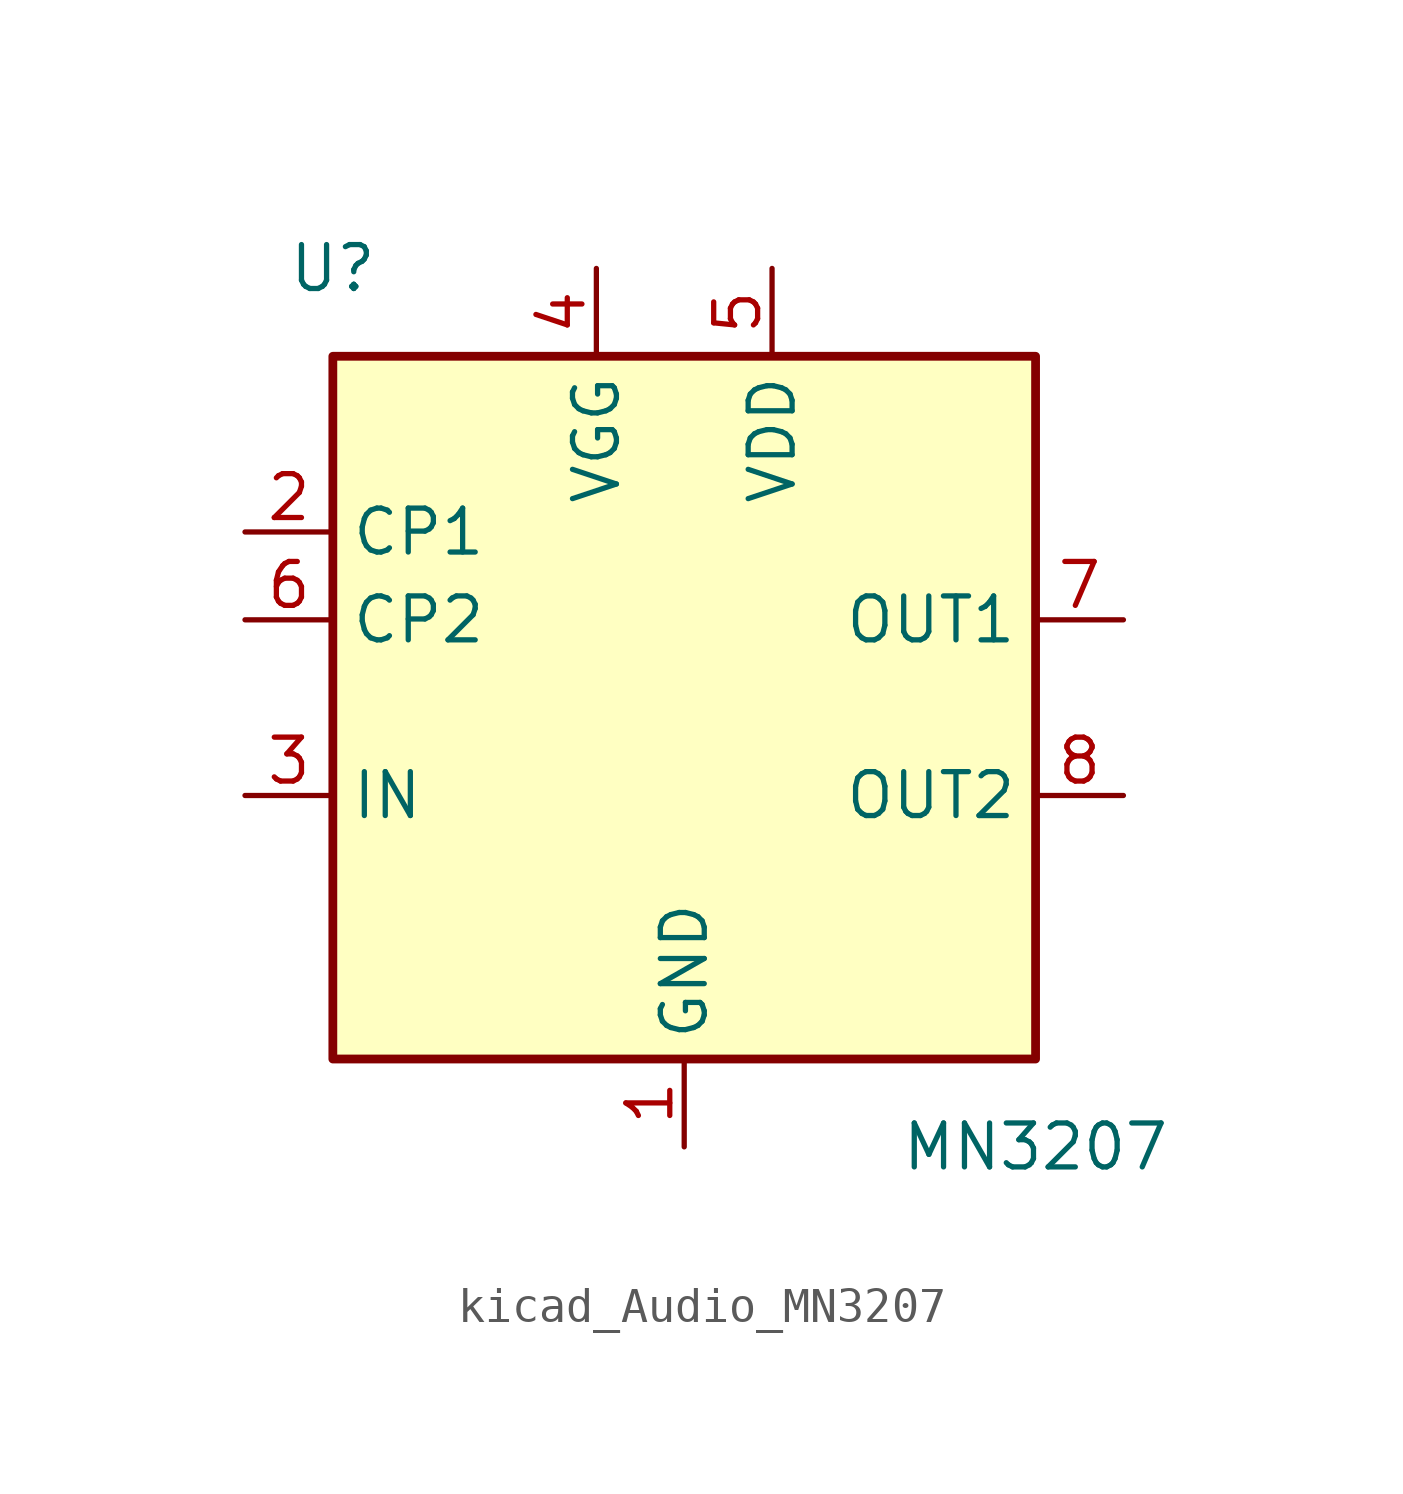
<source format=kicad_sym>
(kicad_symbol_lib
  (version 20220914)
  (generator kicad_symbol_editor)
  (symbol "kicad_Audio_MN3207"
    (property "Reference" "U"
      (at -10.16 12.7 0)
      (effects (font (size 1.27 1.27))))
    (property "Value" "MN3207"
      (at 10.16 -12.7 0)
      (effects (font (size 1.27 1.27))))
    (symbol "kicad_Audio_MN3207_0_1"
      (rectangle (start -10.16 10.16) (end 10.16 -10.16) (stroke (width 0.254) (type default)) (fill (type background))))
    (symbol "kicad_Audio_MN3207_1_1"
      (pin power_in line (at 0 -12.7 90) (length 2.54) (name "GND" (effects (font (size 1.27 1.27)))) (number "1" (effects (font (size 1.27 1.27)))))
      (pin input line (at -12.7 5.08 0) (length 2.54) (name "CP1" (effects (font (size 1.27 1.27)))) (number "2" (effects (font (size 1.27 1.27)))))
      (pin input line (at -12.7 -2.54 0) (length 2.54) (name "IN" (effects (font (size 1.27 1.27)))) (number "3" (effects (font (size 1.27 1.27)))))
      (pin power_in line (at -2.54 12.7 270) (length 2.54) (name "VGG" (effects (font (size 1.27 1.27)))) (number "4" (effects (font (size 1.27 1.27)))))
      (pin power_in line (at 2.54 12.7 270) (length 2.54) (name "VDD" (effects (font (size 1.27 1.27)))) (number "5" (effects (font (size 1.27 1.27)))))
      (pin input line (at -12.7 2.54 0) (length 2.54) (name "CP2" (effects (font (size 1.27 1.27)))) (number "6" (effects (font (size 1.27 1.27)))))
      (pin output line (at 12.7 2.54 180) (length 2.54) (name "OUT1" (effects (font (size 1.27 1.27)))) (number "7" (effects (font (size 1.27 1.27)))))
      (pin output line (at 12.7 -2.54 180) (length 2.54) (name "OUT2" (effects (font (size 1.27 1.27)))) (number "8" (effects (font (size 1.27 1.27))))))))
</source>
